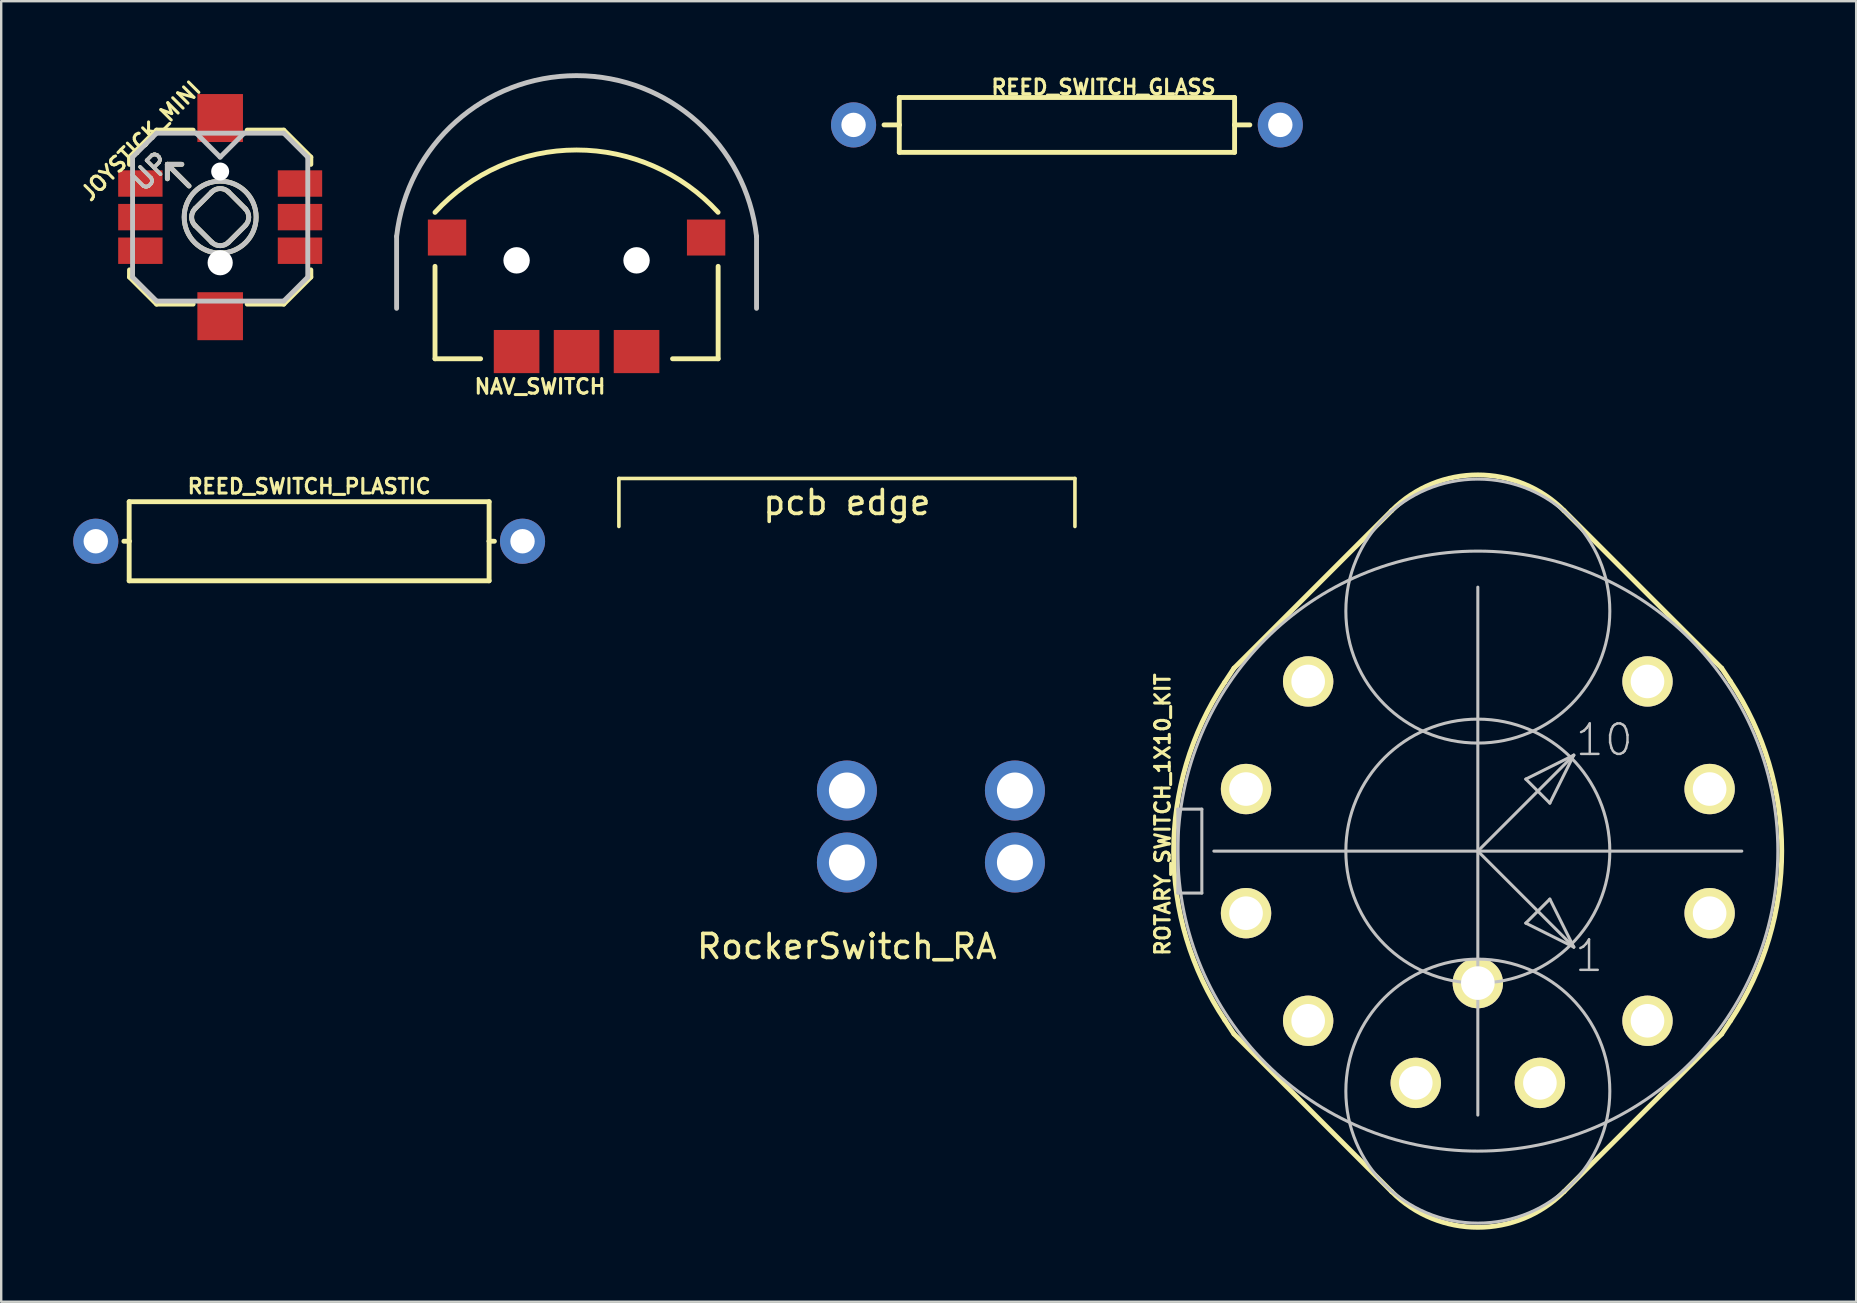
<source format=kicad_pcb>
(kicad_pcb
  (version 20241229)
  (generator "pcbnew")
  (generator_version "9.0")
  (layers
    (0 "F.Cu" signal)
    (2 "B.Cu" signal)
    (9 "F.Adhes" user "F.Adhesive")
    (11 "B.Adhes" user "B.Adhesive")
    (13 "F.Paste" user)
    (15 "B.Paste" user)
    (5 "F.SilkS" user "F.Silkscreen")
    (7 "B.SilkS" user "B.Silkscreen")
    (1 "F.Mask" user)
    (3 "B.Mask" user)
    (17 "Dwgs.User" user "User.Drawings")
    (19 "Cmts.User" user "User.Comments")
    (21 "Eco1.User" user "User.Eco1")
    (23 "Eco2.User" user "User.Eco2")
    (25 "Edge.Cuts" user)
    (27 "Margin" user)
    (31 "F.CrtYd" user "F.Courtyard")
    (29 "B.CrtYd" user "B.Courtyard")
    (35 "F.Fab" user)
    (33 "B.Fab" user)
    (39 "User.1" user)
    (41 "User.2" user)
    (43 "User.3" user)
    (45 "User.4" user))
  (footprint "RockerSwitch_RA"
    (layer "F.Cu")
    (at 32.235 16.885)
    (property "Reference" "RockerSwitch_RA" (at 0 19.5 0) (layer "F.SilkS") (effects (font (size 1 1) (thickness 0.15))))
    (attr through_hole)
    (fp_line (start -9.5 0) (end -9.5 2) (stroke (width 0.15) (type solid)) (layer "F.SilkS"))
    (fp_line (start 9.5 0) (end -9.5 0) (stroke (width 0.15) (type solid)) (layer "F.SilkS"))
    (fp_line (start 9.5 0) (end 9.5 2) (stroke (width 0.15) (type solid)) (layer "F.SilkS"))
    (fp_text user "pcb edge" (at 0 1 0) (layer "F.SilkS") (effects (font (size 1 1) (thickness 0.15))))
    (pad "1" thru_hole circle (at 0 13) (size 2.5 2.5) (drill 1.5) (layers "*.Cu" "*.Mask"))
    (pad "1" thru_hole circle (at 0 16) (size 2.5 2.5) (drill 1.5) (layers "*.Cu" "*.Mask"))
    (pad "2" thru_hole circle (at 7 13) (size 2.5 2.5) (drill 1.5) (layers "*.Cu" "*.Mask"))
    (pad "2" thru_hole circle (at 7 16) (size 2.5 2.5) (drill 1.5) (layers "*.Cu" "*.Mask")))
  (footprint "ROTARY_SWITCH_1X10_KIT"
    (layer "F.Cu")
    (at 58.521 32.41)
    (property "Reference" "ROTARY_SWITCH_1X10_KIT" (at -13.132 -1.524 90) (layer "F.SilkS") (effects (font (size 0.61 0.61) (thickness 0.127))))
    (attr exclude_from_pos_files exclude_from_bom)
    (fp_line (start -10.541 7.043) (end -10.16 7.62) (stroke (width 0.203) (type solid)) (layer "F.SilkS"))
    (fp_line (start -10.16 -7.62) (end -10.541 -7.043) (stroke (width 0.203) (type solid)) (layer "F.SilkS"))
    (fp_line (start -10.16 -7.62) (end -3.592 -14.186) (stroke (width 0.203) (type solid)) (layer "F.SilkS"))
    (fp_line (start -3.592 14.186) (end -10.16 7.62) (stroke (width 0.203) (type solid)) (layer "F.SilkS"))
    (fp_line (start 3.592 -14.186) (end 10.16 -7.62) (stroke (width 0.203) (type solid)) (layer "F.SilkS"))
    (fp_line (start 10.16 -7.62) (end 10.518 -7.079) (stroke (width 0.203) (type solid)) (layer "F.SilkS"))
    (fp_line (start 10.16 7.62) (end 3.592 14.186) (stroke (width 0.203) (type solid)) (layer "F.SilkS"))
    (fp_line (start 10.518 7.079) (end 10.16 7.62) (stroke (width 0.203) (type solid)) (layer "F.SilkS"))
    (fp_arc (start -10.541 7.04342) (mid -12.673786 0.009583) (end -10.551621 -7.027465) (stroke (width 0.2032) (type solid)) (layer "F.SilkS"))
    (fp_arc (start -3.59156 -14.1859) (mid 0 -15.673573) (end 3.59156 -14.1859) (stroke (width 0.2032) (type solid)) (layer "F.SilkS"))
    (fp_arc (start 3.59156 14.1859) (mid 0 15.673573) (end -3.59156 14.1859) (stroke (width 0.2032) (type solid)) (layer "F.SilkS"))
    (fp_arc (start 10.51814 -7.07898) (mid 12.661692 -0.009628) (end 10.52881 7.06295) (stroke (width 0.2032) (type solid)) (layer "F.SilkS"))
    (fp_circle (center -9.657 -2.586) (end -9.657 -3.635) (stroke (width 0) (type solid)) (fill yes) (layer "F.SilkS"))
    (fp_circle (center -9.657 -2.586) (end -9.657 -3.284) (stroke (width 0) (type solid)) (fill yes) (layer "F.SilkS"))
    (fp_circle (center -9.657 2.586) (end -9.657 1.537) (stroke (width 0) (type solid)) (fill yes) (layer "F.SilkS"))
    (fp_circle (center -9.657 2.586) (end -9.657 1.887) (stroke (width 0) (type solid)) (fill yes) (layer "F.SilkS"))
    (fp_circle (center -7.069 -7.069) (end -7.069 -8.118) (stroke (width 0) (type solid)) (fill yes) (layer "F.SilkS"))
    (fp_circle (center -7.069 -7.069) (end -7.069 -7.767) (stroke (width 0) (type solid)) (fill yes) (layer "F.SilkS"))
    (fp_circle (center -7.069 7.069) (end -7.069 6.02) (stroke (width 0) (type solid)) (fill yes) (layer "F.SilkS"))
    (fp_circle (center -7.069 7.069) (end -7.069 6.37) (stroke (width 0) (type solid)) (fill yes) (layer "F.SilkS"))
    (fp_circle (center -2.586 9.657) (end -2.586 8.608) (stroke (width 0) (type solid)) (fill yes) (layer "F.SilkS"))
    (fp_circle (center -2.586 9.657) (end -2.586 8.959) (stroke (width 0) (type solid)) (fill yes) (layer "F.SilkS"))
    (fp_circle (center 0 5.499) (end 0 4.45) (stroke (width 0) (type solid)) (fill yes) (layer "F.SilkS"))
    (fp_circle (center 0 5.499) (end 0 4.801) (stroke (width 0) (type solid)) (fill yes) (layer "F.SilkS"))
    (fp_circle (center 2.586 9.657) (end 2.586 8.608) (stroke (width 0) (type solid)) (fill yes) (layer "F.SilkS"))
    (fp_circle (center 2.586 9.657) (end 2.586 8.959) (stroke (width 0) (type solid)) (fill yes) (layer "F.SilkS"))
    (fp_circle (center 7.069 -7.069) (end 7.069 -8.118) (stroke (width 0) (type solid)) (fill yes) (layer "F.SilkS"))
    (fp_circle (center 7.069 -7.069) (end 7.069 -7.767) (stroke (width 0) (type solid)) (fill yes) (layer "F.SilkS"))
    (fp_circle (center 7.069 7.069) (end 7.069 6.02) (stroke (width 0) (type solid)) (fill yes) (layer "F.SilkS"))
    (fp_circle (center 7.069 7.069) (end 7.069 6.37) (stroke (width 0) (type solid)) (fill yes) (layer "F.SilkS"))
    (fp_circle (center 9.657 -2.586) (end 9.657 -3.635) (stroke (width 0) (type solid)) (fill yes) (layer "F.SilkS"))
    (fp_circle (center 9.657 -2.586) (end 9.657 -3.284) (stroke (width 0) (type solid)) (fill yes) (layer "F.SilkS"))
    (fp_circle (center 9.657 2.586) (end 9.657 1.537) (stroke (width 0) (type solid)) (fill yes) (layer "F.SilkS"))
    (fp_circle (center 9.657 2.586) (end 9.657 1.887) (stroke (width 0) (type solid)) (fill yes) (layer "F.SilkS"))
    (fp_line (start -12.499 -1.748) (end -11.499 -1.748) (stroke (width 0.127) (type solid)) (layer "Dwgs.User"))
    (fp_line (start -12.499 1.748) (end -12.499 -1.748) (stroke (width 0.127) (type solid)) (layer "Dwgs.User"))
    (fp_line (start -11.499 -1.748) (end -11.499 1.748) (stroke (width 0.127) (type solid)) (layer "Dwgs.User"))
    (fp_line (start -11.499 1.748) (end -12.499 1.748) (stroke (width 0.127) (type solid)) (layer "Dwgs.User"))
    (fp_line (start -10.998 0) (end 0 0) (stroke (width 0.127) (type solid)) (layer "Dwgs.User"))
    (fp_line (start 0 -10.998) (end 0 0) (stroke (width 0.127) (type solid)) (layer "Dwgs.User"))
    (fp_line (start 0 0) (end 0 10.998) (stroke (width 0.127) (type solid)) (layer "Dwgs.User"))
    (fp_line (start 0 0) (end 3.998 -3.998) (stroke (width 0.127) (type solid)) (layer "Dwgs.User"))
    (fp_line (start 0 0) (end 3.998 3.998) (stroke (width 0.127) (type solid)) (layer "Dwgs.User"))
    (fp_line (start 0 0) (end 10.998 0) (stroke (width 0.127) (type solid)) (layer "Dwgs.User"))
    (fp_line (start 1.999 -3) (end 3 -1.999) (stroke (width 0.127) (type solid)) (layer "Dwgs.User"))
    (fp_line (start 1.999 3) (end 3.998 3.998) (stroke (width 0.127) (type solid)) (layer "Dwgs.User"))
    (fp_line (start 3 -1.999) (end 3.998 -3.998) (stroke (width 0.127) (type solid)) (layer "Dwgs.User"))
    (fp_line (start 3 1.999) (end 1.999 3) (stroke (width 0.127) (type solid)) (layer "Dwgs.User"))
    (fp_line (start 3.998 -3.998) (end 1.999 -3) (stroke (width 0.127) (type solid)) (layer "Dwgs.User"))
    (fp_line (start 3.998 3.998) (end 3 1.999) (stroke (width 0.127) (type solid)) (layer "Dwgs.User"))
    (fp_circle (center 0 -10) (end 0 -15.499) (stroke (width 0.127) (type solid)) (fill no) (layer "Dwgs.User"))
    (fp_circle (center 0 0) (end 0 -12.499) (stroke (width 0.127) (type solid)) (fill no) (layer "Dwgs.User"))
    (fp_circle (center 0 0) (end 0 -5.499) (stroke (width 0.127) (type solid)) (fill no) (layer "Dwgs.User"))
    (fp_circle (center 0 10) (end 0 4.501) (stroke (width 0.127) (type solid)) (fill no) (layer "Dwgs.User"))
    (fp_text user "1" (at 4.633 4.364 0) (layer "Dwgs.User") (effects (font (size 1.27 1.27) (thickness 0.102))))
    (fp_text user "10" (at 5.268 -4.633 0) (layer "Dwgs.User") (effects (font (size 1.27 1.27) (thickness 0.102))))
    (pad "1" thru_hole circle (at 7.069 -7.069) (size 2.098 2.098) (drill 1.4) (layers "*.Cu" "*.Paste" "*.Mask"))
    (pad "2" thru_hole circle (at 9.657 -2.586) (size 2.098 2.098) (drill 1.4) (layers "*.Cu" "*.Paste" "*.Mask"))
    (pad "3" thru_hole circle (at 9.657 2.586) (size 2.098 2.098) (drill 1.4) (layers "*.Cu" "*.Paste" "*.Mask"))
    (pad "4" thru_hole circle (at 7.069 7.069) (size 2.098 2.098) (drill 1.4) (layers "*.Cu" "*.Paste" "*.Mask"))
    (pad "5" thru_hole circle (at 2.586 9.657) (size 2.098 2.098) (drill 1.4) (layers "*.Cu" "*.Paste" "*.Mask"))
    (pad "6" thru_hole circle (at -2.586 9.657) (size 2.098 2.098) (drill 1.4) (layers "*.Cu" "*.Paste" "*.Mask"))
    (pad "7" thru_hole circle (at -7.069 7.069) (size 2.098 2.098) (drill 1.4) (layers "*.Cu" "*.Paste" "*.Mask"))
    (pad "8" thru_hole circle (at -9.657 2.586) (size 2.098 2.098) (drill 1.4) (layers "*.Cu" "*.Paste" "*.Mask"))
    (pad "9" thru_hole circle (at -9.657 -2.586) (size 2.098 2.098) (drill 1.4) (layers "*.Cu" "*.Paste" "*.Mask"))
    (pad "10" thru_hole circle (at -7.069 -7.069) (size 2.098 2.098) (drill 1.4) (layers "*.Cu" "*.Paste" "*.Mask"))
    (pad "COMM" thru_hole circle (at 0 5.499) (size 2.098 2.098) (drill 1.4) (layers "*.Cu" "*.Paste" "*.Mask")))
  (footprint "REED_SWITCH_GLASS"
    (layer "F.Cu")
    (at 41.402 2.154)
    (property "Reference" "REED_SWITCH_GLASS" (at 1.524 -1.575 0) (layer "F.SilkS") (effects (font (size 0.61 0.61) (thickness 0.127))))
    (attr exclude_from_pos_files exclude_from_bom)
    (fp_line (start -6.985 -1.143) (end 6.985 -1.143) (stroke (width 0.203) (type solid)) (layer "F.SilkS"))
    (fp_line (start -6.985 0) (end -7.62 0) (stroke (width 0.203) (type solid)) (layer "F.SilkS"))
    (fp_line (start -6.985 0) (end -6.985 -1.143) (stroke (width 0.203) (type solid)) (layer "F.SilkS"))
    (fp_line (start -6.985 1.143) (end -6.985 0) (stroke (width 0.203) (type solid)) (layer "F.SilkS"))
    (fp_line (start -6.985 1.143) (end 6.985 1.143) (stroke (width 0.203) (type solid)) (layer "F.SilkS"))
    (fp_line (start 6.985 -1.143) (end 6.985 0) (stroke (width 0.203) (type solid)) (layer "F.SilkS"))
    (fp_line (start 6.985 0) (end 6.985 1.143) (stroke (width 0.203) (type solid)) (layer "F.SilkS"))
    (fp_line (start 6.985 0) (end 7.62 0) (stroke (width 0.203) (type solid)) (layer "F.SilkS"))
    (pad "P$1" thru_hole circle (at -8.89 0) (size 1.88 1.88) (drill 1.016) (layers "*.Cu" "*.Paste" "*.Mask"))
    (pad "P$2" thru_hole circle (at 8.89 0) (size 1.88 1.88) (drill 1.016) (layers "*.Cu" "*.Paste" "*.Mask")))
  (footprint "JOYSTICK_MINI"
    (layer "F.Cu")
    (at 6.123 5.996)
    (property "Reference" "JOYSTICK_MINI" (at -3.302 -3.175 45) (layer "F.SilkS") (effects (font (size 0.61 0.61) (thickness 0.127))))
    (attr smd)
    (fp_line (start -3.777 -2.499) (end -2.649 -3.625) (stroke (width 0.203) (type solid)) (layer "F.SilkS"))
    (fp_line (start -3.777 -2.197) (end -3.777 -2.499) (stroke (width 0.203) (type solid)) (layer "F.SilkS"))
    (fp_line (start -3.777 2.499) (end -3.777 2.197) (stroke (width 0.203) (type solid)) (layer "F.SilkS"))
    (fp_line (start -2.649 -3.625) (end -1.125 -3.625) (stroke (width 0.203) (type solid)) (layer "F.SilkS"))
    (fp_line (start -2.649 3.625) (end -3.777 2.499) (stroke (width 0.203) (type solid)) (layer "F.SilkS"))
    (fp_line (start -2.2 -2.2) (end -2.2 -1.598) (stroke (width 0.203) (type solid)) (layer "F.SilkS"))
    (fp_line (start -2.2 -2.2) (end -1.598 -2.2) (stroke (width 0.203) (type solid)) (layer "F.SilkS"))
    (fp_line (start -1.298 -1.298) (end -2.2 -2.2) (stroke (width 0.203) (type solid)) (layer "F.SilkS"))
    (fp_line (start -1.125 3.625) (end -2.649 3.625) (stroke (width 0.203) (type solid)) (layer "F.SilkS"))
    (fp_line (start -1.044 0.353) (end -0.353 1.044) (stroke (width 0.203) (type solid)) (layer "F.SilkS"))
    (fp_line (start -0.353 -1.044) (end -1.044 -0.353) (stroke (width 0.203) (type solid)) (layer "F.SilkS"))
    (fp_line (start 0.353 1.044) (end 1.044 0.353) (stroke (width 0.203) (type solid)) (layer "F.SilkS"))
    (fp_line (start 1.044 -0.353) (end 0.353 -1.044) (stroke (width 0.203) (type solid)) (layer "F.SilkS"))
    (fp_line (start 1.125 -3.625) (end 2.649 -3.625) (stroke (width 0.203) (type solid)) (layer "F.SilkS"))
    (fp_line (start 2.649 -3.625) (end 3.777 -2.499) (stroke (width 0.203) (type solid)) (layer "F.SilkS"))
    (fp_line (start 2.649 3.625) (end 1.125 3.625) (stroke (width 0.203) (type solid)) (layer "F.SilkS"))
    (fp_line (start 3.777 -2.499) (end 3.777 -2.197) (stroke (width 0.203) (type solid)) (layer "F.SilkS"))
    (fp_line (start 3.777 2.197) (end 3.777 2.499) (stroke (width 0.203) (type solid)) (layer "F.SilkS"))
    (fp_line (start 3.777 2.499) (end 2.649 3.625) (stroke (width 0.203) (type solid)) (layer "F.SilkS"))
    (fp_arc (start -1.04394 0.35306) (mid -1.190182 0) (end -1.04394 -0.35306) (stroke (width 0.2032) (type solid)) (layer "F.SilkS"))
    (fp_arc (start -0.35306 -1.04394) (mid 0 -1.190182) (end 0.35306 -1.04394) (stroke (width 0.2032) (type solid)) (layer "F.SilkS"))
    (fp_arc (start 0.35306 1.04394) (mid 0 1.190182) (end -0.35306 1.04394) (stroke (width 0.2032) (type solid)) (layer "F.SilkS"))
    (fp_arc (start 1.04394 -0.35306) (mid 1.190182 0) (end 1.04394 0.35306) (stroke (width 0.2032) (type solid)) (layer "F.SilkS"))
    (fp_circle (center 0 0) (end 0 -1.499) (stroke (width 0.203) (type solid)) (fill no) (layer "F.SilkS"))
    (fp_line (start -3.65 -2.499) (end -2.649 -3.498) (stroke (width 0.203) (type solid)) (layer "Dwgs.User"))
    (fp_line (start -3.65 2.499) (end -3.65 -2.499) (stroke (width 0.203) (type solid)) (layer "Dwgs.User"))
    (fp_line (start -2.649 -3.498) (end -0.998 -3.498) (stroke (width 0.203) (type solid)) (layer "Dwgs.User"))
    (fp_line (start -2.649 3.498) (end -3.65 2.499) (stroke (width 0.203) (type solid)) (layer "Dwgs.User"))
    (fp_line (start -2.2 -2.2) (end -2.2 -1.598) (stroke (width 0.203) (type solid)) (layer "Dwgs.User"))
    (fp_line (start -2.2 -2.2) (end -1.598 -2.2) (stroke (width 0.203) (type solid)) (layer "Dwgs.User"))
    (fp_line (start -1.298 -1.298) (end -2.2 -2.2) (stroke (width 0.203) (type solid)) (layer "Dwgs.User"))
    (fp_line (start -1.044 0.353) (end -0.353 1.044) (stroke (width 0.203) (type solid)) (layer "Dwgs.User"))
    (fp_line (start -0.998 -3.498) (end 0.998 -3.498) (stroke (width 0.203) (type solid)) (layer "Dwgs.User"))
    (fp_line (start -0.353 -1.044) (end -1.044 -0.353) (stroke (width 0.203) (type solid)) (layer "Dwgs.User"))
    (fp_line (start 0 -2.499) (end -0.998 -3.498) (stroke (width 0.203) (type solid)) (layer "Dwgs.User"))
    (fp_line (start 0 -2.499) (end 0.998 -3.498) (stroke (width 0.203) (type solid)) (layer "Dwgs.User"))
    (fp_line (start 0.353 1.044) (end 1.044 0.353) (stroke (width 0.203) (type solid)) (layer "Dwgs.User"))
    (fp_line (start 0.998 -3.498) (end 2.649 -3.498) (stroke (width 0.203) (type solid)) (layer "Dwgs.User"))
    (fp_line (start 1.044 -0.353) (end 0.353 -1.044) (stroke (width 0.203) (type solid)) (layer "Dwgs.User"))
    (fp_line (start 2.649 -3.498) (end 3.65 -2.499) (stroke (width 0.203) (type solid)) (layer "Dwgs.User"))
    (fp_line (start 2.649 3.498) (end -2.649 3.498) (stroke (width 0.203) (type solid)) (layer "Dwgs.User"))
    (fp_line (start 3.65 -2.499) (end 3.65 2.499) (stroke (width 0.203) (type solid)) (layer "Dwgs.User"))
    (fp_line (start 3.65 2.499) (end 2.649 3.498) (stroke (width 0.203) (type solid)) (layer "Dwgs.User"))
    (fp_arc (start -1.04394 0.35306) (mid -1.190182 0) (end -1.04394 -0.35306) (stroke (width 0.2032) (type solid)) (layer "Dwgs.User"))
    (fp_arc (start -0.35306 -1.04394) (mid 0 -1.190182) (end 0.35306 -1.04394) (stroke (width 0.2032) (type solid)) (layer "Dwgs.User"))
    (fp_arc (start 0.35306 1.04394) (mid 0 1.190182) (end -0.35306 1.04394) (stroke (width 0.2032) (type solid)) (layer "Dwgs.User"))
    (fp_arc (start 1.04394 -0.35306) (mid 1.190182 0) (end 1.04394 0.35306) (stroke (width 0.2032) (type solid)) (layer "Dwgs.User"))
    (fp_circle (center 0 0) (end 0 -1.499) (stroke (width 0.203) (type solid)) (fill no) (layer "Dwgs.User"))
    (fp_text user "UP" (at -2.898 -1.9 45) (layer "F.SilkS") (effects (font (size 0.813 0.813) (thickness 0.152))))
    (fp_text user "UP" (at -2.898 -1.9 45) (layer "Dwgs.User") (effects (font (size 0.813 0.813) (thickness 0.152))))
    (pad "" np_thru_hole circle (at 0 -1.9) (size 0.749 0.749) (drill 0.749) (layers "*.Cu" "*.Mask"))
    (pad "" np_thru_hole circle (at 0 1.9) (size 1.049 1.049) (drill 1.049) (layers "*.Cu" "*.Mask"))
    (pad "A" smd rect (at -3.325 -1.4) (size 1.849 1.1) (layers "F.Cu" "F.Mask" "F.Paste"))
    (pad "B" smd rect (at 3.325 -1.4) (size 1.849 1.1) (layers "F.Cu" "F.Mask" "F.Paste"))
    (pad "C" smd rect (at -3.325 1.4) (size 1.849 1.1) (layers "F.Cu" "F.Mask" "F.Paste"))
    (pad "CTR" smd rect (at -3.325 0) (size 1.849 1.1) (layers "F.Cu" "F.Mask" "F.Paste"))
    (pad "D" smd rect (at 3.325 1.4) (size 1.849 1.1) (layers "F.Cu" "F.Mask" "F.Paste"))
    (pad "GND" smd rect (at 3.325 0) (size 1.849 1.1) (layers "F.Cu" "F.Mask" "F.Paste"))
    (pad "NC" smd rect (at 0 -4.128) (size 1.9 1.999) (layers "F.Cu" "F.Mask" "F.Paste"))
    (pad "NC@0" smd rect (at 0 4.128) (size 1.9 1.999) (layers "F.Cu" "F.Mask" "F.Paste")))
  (footprint "REED_SWITCH_PLASTIC"
    (layer "F.Cu")
    (at 9.83 19.5)
    (property "Reference" "REED_SWITCH_PLASTIC" (at 0 -2.286 0) (layer "F.SilkS") (effects (font (size 0.61 0.61) (thickness 0.127))))
    (attr exclude_from_pos_files exclude_from_bom)
    (fp_line (start -7.498 -1.648) (end 7.498 -1.648) (stroke (width 0.203) (type solid)) (layer "F.SilkS"))
    (fp_line (start -7.498 0) (end -7.719 0) (stroke (width 0.203) (type solid)) (layer "F.SilkS"))
    (fp_line (start -7.498 0) (end -7.498 -1.648) (stroke (width 0.203) (type solid)) (layer "F.SilkS"))
    (fp_line (start -7.498 1.648) (end -7.498 0) (stroke (width 0.203) (type solid)) (layer "F.SilkS"))
    (fp_line (start -7.498 1.648) (end 7.498 1.648) (stroke (width 0.203) (type solid)) (layer "F.SilkS"))
    (fp_line (start 7.498 -1.648) (end 7.498 0) (stroke (width 0.203) (type solid)) (layer "F.SilkS"))
    (fp_line (start 7.498 0) (end 7.498 1.648) (stroke (width 0.203) (type solid)) (layer "F.SilkS"))
    (fp_line (start 7.498 0) (end 7.719 0) (stroke (width 0.203) (type solid)) (layer "F.SilkS"))
    (pad "P$1" thru_hole circle (at -8.89 0) (size 1.88 1.88) (drill 1.016) (layers "*.Cu" "*.Paste" "*.Mask"))
    (pad "P$2" thru_hole circle (at 8.89 0) (size 1.88 1.88) (drill 1.016) (layers "*.Cu" "*.Paste" "*.Mask")))
  (footprint "NAV_SWITCH"
    (layer "F.Cu")
    (at 20.972 7.797)
    (property "Reference" "NAV_SWITCH" (at -1.524 5.258 180) (layer "F.SilkS") (effects (font (size 0.61 0.61) (thickness 0.127))))
    (attr smd)
    (fp_line (start -5.898 4.1) (end -5.898 0.249) (stroke (width 0.203) (type solid)) (layer "F.SilkS"))
    (fp_line (start -5.898 4.1) (end -3.998 4.1) (stroke (width 0.203) (type solid)) (layer "F.SilkS"))
    (fp_line (start 5.898 4.1) (end 3.998 4.1) (stroke (width 0.203) (type solid)) (layer "F.SilkS"))
    (fp_line (start 5.898 4.1) (end 5.898 0.249) (stroke (width 0.203) (type solid)) (layer "F.SilkS"))
    (fp_arc (start -5.89788 -1.99898) (mid -0.001867 -4.598004) (end 5.89536 -2.001735) (stroke (width 0.2032) (type solid)) (layer "F.SilkS"))
    (fp_line (start -7.498 1.999) (end -7.498 -0.998) (stroke (width 0.203) (type solid)) (layer "Dwgs.User"))
    (fp_line (start 7.498 1.999) (end 7.498 -0.998) (stroke (width 0.203) (type solid)) (layer "Dwgs.User"))
    (fp_arc (start -7.49808 -0.99822) (mid 0.000685 -7.695781) (end 7.498234 -0.996859) (stroke (width 0.2032) (type solid)) (layer "Dwgs.User"))
    (pad "" np_thru_hole circle (at -2.499 0) (size 1.1 1.1) (drill 1.1) (layers "*.Cu" "*.Mask"))
    (pad "" np_thru_hole circle (at 2.499 0) (size 1.1 1.1) (drill 1.1) (layers "*.Cu" "*.Mask"))
    (pad "1" smd rect (at -2.499 3.8) (size 1.9 1.798) (layers "F.Cu" "F.Mask" "F.Paste"))
    (pad "2" smd rect (at 2.499 3.8) (size 1.9 1.798) (layers "F.Cu" "F.Mask" "F.Paste"))
    (pad "C" smd rect (at 5.397 -0.95) (size 1.598 1.499) (layers "F.Cu" "F.Mask" "F.Paste"))
    (pad "NC" smd rect (at -5.397 -0.95) (size 1.598 1.499) (layers "F.Cu" "F.Mask" "F.Paste"))
    (pad "T" smd rect (at 0 3.8) (size 1.9 1.798) (layers "F.Cu" "F.Mask" "F.Paste")))
  (gr_rect
    (start -3 -3)
    (end 74.284 51.185)
    (stroke (width 0.1) (type default))
    (fill no)
    (layer "Edge.Cuts")))
</source>
